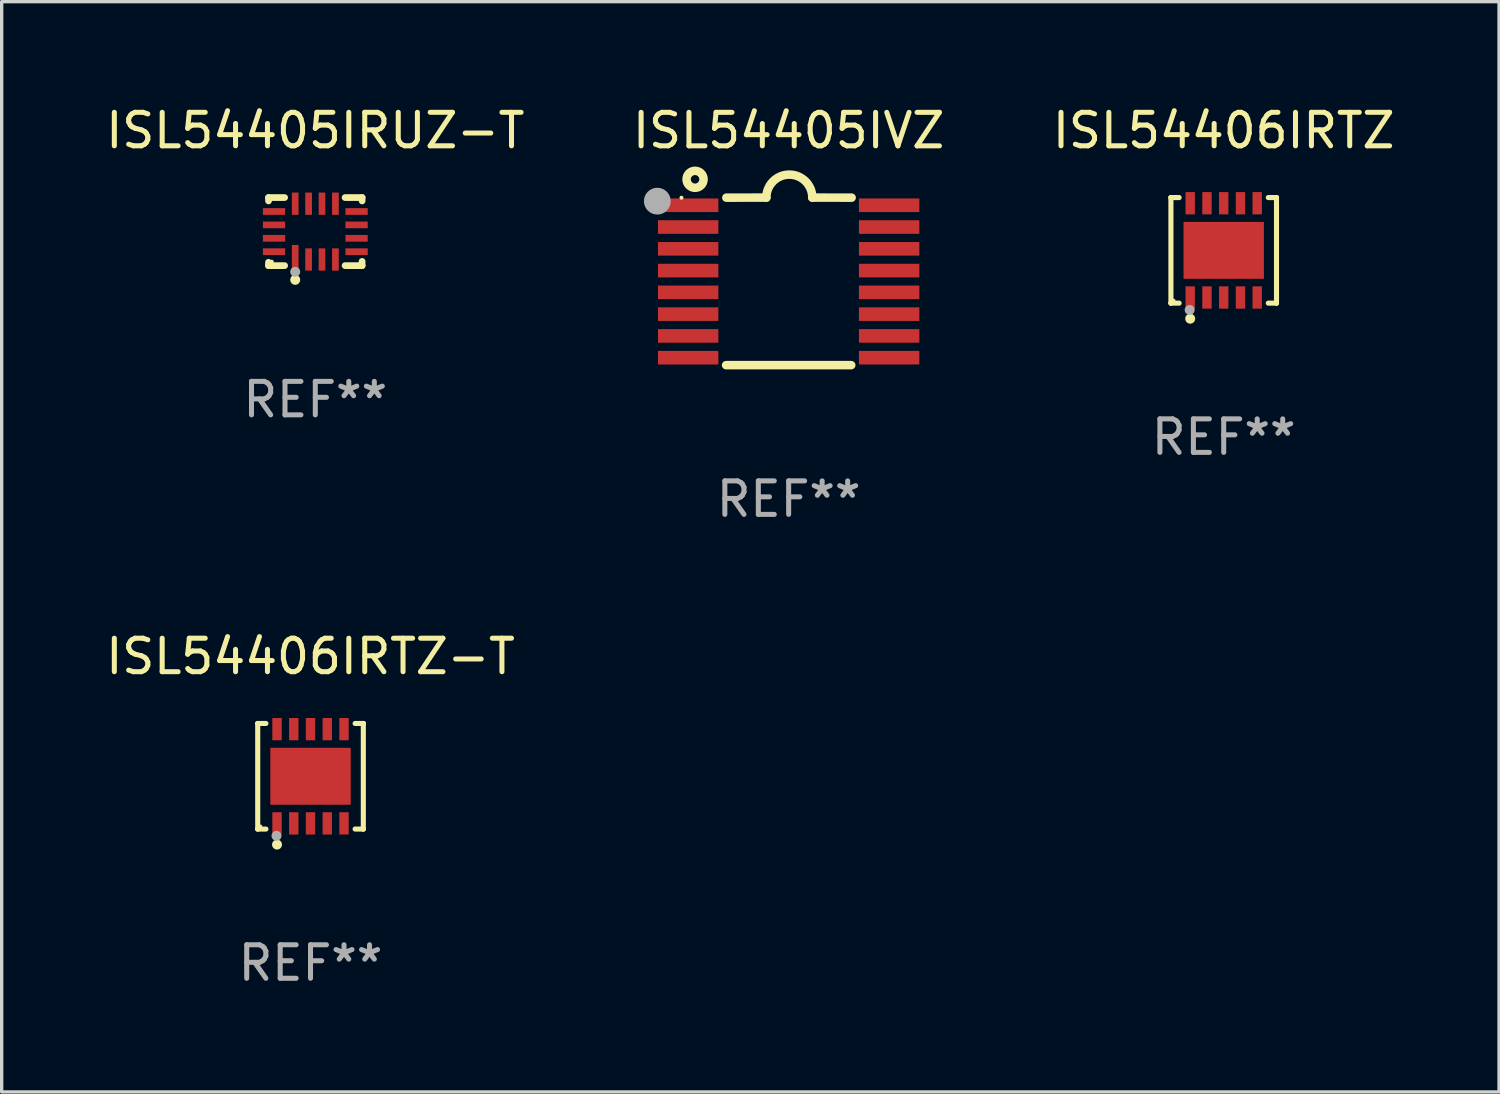
<source format=kicad_pcb>
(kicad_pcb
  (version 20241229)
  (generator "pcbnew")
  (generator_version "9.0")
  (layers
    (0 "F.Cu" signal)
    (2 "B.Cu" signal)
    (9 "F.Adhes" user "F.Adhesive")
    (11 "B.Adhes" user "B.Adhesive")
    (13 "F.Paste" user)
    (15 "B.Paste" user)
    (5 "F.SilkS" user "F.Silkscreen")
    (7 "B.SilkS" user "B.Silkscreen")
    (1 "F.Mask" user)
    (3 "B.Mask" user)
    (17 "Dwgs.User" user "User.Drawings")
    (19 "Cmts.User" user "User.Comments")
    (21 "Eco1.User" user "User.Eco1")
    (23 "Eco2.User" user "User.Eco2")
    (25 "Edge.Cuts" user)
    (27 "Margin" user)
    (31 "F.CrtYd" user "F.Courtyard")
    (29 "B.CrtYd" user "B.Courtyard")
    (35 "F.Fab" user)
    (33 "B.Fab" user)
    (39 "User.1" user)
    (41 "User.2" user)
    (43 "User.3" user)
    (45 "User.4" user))
  (footprint "ISL54405IVZ"
    (layer "F.Cu")
    (at 20.494 5.35)
    (property "Reference" "ISL54405IVZ" (at 0 -4.501 0) (layer "F.SilkS") (effects (font (size 1 1) (thickness 0.15))))
    (attr through_hole)
    (fp_line (start -1.868 2.501) (end 1.868 2.501) (stroke (width 0.254) (type solid)) (layer "F.SilkS"))
    (fp_line (start -1.86 -2.499) (end -0.666 -2.501) (stroke (width 0.254) (type solid)) (layer "F.SilkS"))
    (fp_line (start 0.706 -2.501) (end 1.88 -2.499) (stroke (width 0.254) (type solid)) (layer "F.SilkS"))
    (fp_arc (start -0.665914 -2.501448) (mid 0.019888 -3.18725) (end 0.70569 -2.501448) (stroke (width 0.254001) (type solid)) (layer "F.SilkS"))
    (fp_circle (center -3.2 -2.497) (end -3.17 -2.497) (stroke (width 0.06) (type solid)) (fill no) (layer "F.SilkS"))
    (fp_circle (center -2.794 -3.047) (end -2.54 -3.047) (stroke (width 0.254) (type solid)) (fill no) (layer "F.SilkS"))
    (fp_circle (center -3.921 -2.395) (end -3.721 -2.395) (stroke (width 0.4) (type solid)) (fill no) (layer "F.Fab"))
    (fp_text user "REF**" (at 0 6.501 0) (layer "F.Fab") (effects (font (size 1 1) (thickness 0.15))))
    (pad "1" smd rect (at -3 -2.272) (size 1.803 0.406) (layers "F.Cu" "F.Mask" "F.Paste"))
    (pad "2" smd rect (at -3 -1.622) (size 1.803 0.406) (layers "F.Cu" "F.Mask" "F.Paste"))
    (pad "3" smd rect (at -3 -0.972) (size 1.803 0.406) (layers "F.Cu" "F.Mask" "F.Paste"))
    (pad "4" smd rect (at -3 -0.322) (size 1.803 0.406) (layers "F.Cu" "F.Mask" "F.Paste"))
    (pad "5" smd rect (at -3 0.328) (size 1.803 0.406) (layers "F.Cu" "F.Mask" "F.Paste"))
    (pad "6" smd rect (at -3 0.978) (size 1.803 0.406) (layers "F.Cu" "F.Mask" "F.Paste"))
    (pad "7" smd rect (at -3 1.628) (size 1.803 0.406) (layers "F.Cu" "F.Mask" "F.Paste"))
    (pad "8" smd rect (at -3 2.278) (size 1.803 0.406) (layers "F.Cu" "F.Mask" "F.Paste"))
    (pad "9" smd rect (at 3 2.278) (size 1.803 0.406) (layers "F.Cu" "F.Mask" "F.Paste"))
    (pad "10" smd rect (at 3 1.628) (size 1.803 0.406) (layers "F.Cu" "F.Mask" "F.Paste"))
    (pad "11" smd rect (at 3 0.978) (size 1.803 0.406) (layers "F.Cu" "F.Mask" "F.Paste"))
    (pad "12" smd rect (at 3 0.328) (size 1.803 0.406) (layers "F.Cu" "F.Mask" "F.Paste"))
    (pad "13" smd rect (at 3 -0.322) (size 1.803 0.406) (layers "F.Cu" "F.Mask" "F.Paste"))
    (pad "14" smd rect (at 3 -0.972) (size 1.803 0.406) (layers "F.Cu" "F.Mask" "F.Paste"))
    (pad "15" smd rect (at 3 -1.622) (size 1.803 0.406) (layers "F.Cu" "F.Mask" "F.Paste"))
    (pad "16" smd rect (at 3 -2.272) (size 1.803 0.406) (layers "F.Cu" "F.Mask" "F.Paste")))
  (footprint "ISL54405IRUZ-T"
    (layer "F.Cu")
    (at 6.363 3.864)
    (property "Reference" "ISL54405IRUZ-T" (at 0 -3.016 0) (layer "F.SilkS") (effects (font (size 1 1) (thickness 0.15))))
    (attr through_hole)
    (fp_line (start -1.397 -1.016) (end -1.397 -0.916) (stroke (width 0.2) (type solid)) (layer "F.SilkS"))
    (fp_line (start -1.397 0.916) (end -1.397 1.016) (stroke (width 0.2) (type solid)) (layer "F.SilkS"))
    (fp_line (start -1.397 1.016) (end -0.916 1.016) (stroke (width 0.2) (type solid)) (layer "F.SilkS"))
    (fp_line (start -0.916 -1.016) (end -1.397 -1.016) (stroke (width 0.2) (type solid)) (layer "F.SilkS"))
    (fp_line (start 0.889 -1.016) (end 1.397 -1.016) (stroke (width 0.2) (type solid)) (layer "F.SilkS"))
    (fp_line (start 1.397 -1.016) (end 1.397 -0.916) (stroke (width 0.2) (type solid)) (layer "F.SilkS"))
    (fp_line (start 1.397 0.889) (end 1.397 1.016) (stroke (width 0.2) (type solid)) (layer "F.SilkS"))
    (fp_line (start 1.397 1.016) (end 0.889 1.016) (stroke (width 0.2) (type solid)) (layer "F.SilkS"))
    (fp_circle (center -1.3 0.9) (end -1.27 0.9) (stroke (width 0.06) (type solid)) (fill no) (layer "F.SilkS"))
    (fp_circle (center -0.6 1.44) (end -0.525 1.44) (stroke (width 0.15) (type solid)) (fill no) (layer "F.SilkS"))
    (fp_circle (center -0.6 1.2) (end -0.525 1.2) (stroke (width 0.15) (type solid)) (fill no) (layer "F.Fab"))
    (fp_text user "REF**" (at 0 5.016 0) (layer "F.Fab") (effects (font (size 1 1) (thickness 0.15))))
    (pad "1" smd rect (at -0.6 0.782) (size 0.2 0.765) (layers "F.Cu" "F.Mask" "F.Paste"))
    (pad "2" smd rect (at -0.2 0.833) (size 0.2 0.665) (layers "F.Cu" "F.Mask" "F.Paste"))
    (pad "3" smd rect (at 0.2 0.833) (size 0.2 0.665) (layers "F.Cu" "F.Mask" "F.Paste"))
    (pad "4" smd rect (at 0.6 0.833) (size 0.2 0.665) (layers "F.Cu" "F.Mask" "F.Paste"))
    (pad "5" smd rect (at 1.232 0.6) (size 0.665 0.2) (layers "F.Cu" "F.Mask" "F.Paste"))
    (pad "6" smd rect (at 1.232 0.2) (size 0.665 0.2) (layers "F.Cu" "F.Mask" "F.Paste"))
    (pad "7" smd rect (at 1.232 -0.2) (size 0.665 0.2) (layers "F.Cu" "F.Mask" "F.Paste"))
    (pad "8" smd rect (at 1.232 -0.6) (size 0.665 0.2) (layers "F.Cu" "F.Mask" "F.Paste"))
    (pad "9" smd rect (at 0.6 -0.833) (size 0.2 0.665) (layers "F.Cu" "F.Mask" "F.Paste"))
    (pad "10" smd rect (at 0.2 -0.833) (size 0.2 0.665) (layers "F.Cu" "F.Mask" "F.Paste"))
    (pad "11" smd rect (at -0.2 -0.833) (size 0.2 0.665) (layers "F.Cu" "F.Mask" "F.Paste"))
    (pad "12" smd rect (at -0.6 -0.833) (size 0.2 0.665) (layers "F.Cu" "F.Mask" "F.Paste"))
    (pad "13" smd rect (at -1.232 -0.6) (size 0.665 0.2) (layers "F.Cu" "F.Mask" "F.Paste"))
    (pad "14" smd rect (at -1.232 -0.2) (size 0.665 0.2) (layers "F.Cu" "F.Mask" "F.Paste"))
    (pad "15" smd rect (at -1.232 0.2) (size 0.665 0.2) (layers "F.Cu" "F.Mask" "F.Paste"))
    (pad "16" smd rect (at -1.232 0.6) (size 0.665 0.2) (layers "F.Cu" "F.Mask" "F.Paste")))
  (footprint "ISL54406IRTZ-T"
    (layer "F.Cu")
    (at 6.22 20.124)
    (property "Reference" "ISL54406IRTZ-T" (at 0 -3.576 0) (layer "F.SilkS") (effects (font (size 1 1) (thickness 0.15))))
    (attr through_hole)
    (fp_line (start -1.576 -1.576) (end -1.576 -1.576) (stroke (width 0.152) (type solid)) (layer "F.SilkS"))
    (fp_line (start -1.576 -1.576) (end -1.331 -1.576) (stroke (width 0.152) (type solid)) (layer "F.SilkS"))
    (fp_line (start -1.576 1.576) (end -1.576 -1.576) (stroke (width 0.152) (type solid)) (layer "F.SilkS"))
    (fp_line (start -1.576 1.576) (end -1.576 1.576) (stroke (width 0.152) (type solid)) (layer "F.SilkS"))
    (fp_line (start -1.331 1.576) (end -1.576 1.576) (stroke (width 0.152) (type solid)) (layer "F.SilkS"))
    (fp_line (start 1.331 1.576) (end 1.576 1.576) (stroke (width 0.152) (type solid)) (layer "F.SilkS"))
    (fp_line (start 1.576 -1.576) (end 1.331 -1.576) (stroke (width 0.152) (type solid)) (layer "F.SilkS"))
    (fp_line (start 1.576 -1.576) (end 1.576 -1.576) (stroke (width 0.152) (type solid)) (layer "F.SilkS"))
    (fp_line (start 1.576 1.576) (end 1.576 -1.576) (stroke (width 0.152) (type solid)) (layer "F.SilkS"))
    (fp_line (start 1.576 1.576) (end 1.576 1.576) (stroke (width 0.152) (type solid)) (layer "F.SilkS"))
    (fp_circle (center -1.5 1.5) (end -1.47 1.5) (stroke (width 0.06) (type solid)) (fill no) (layer "F.SilkS"))
    (fp_circle (center -1 2.04) (end -0.925 2.04) (stroke (width 0.15) (type solid)) (fill no) (layer "F.SilkS"))
    (fp_circle (center -1.016 1.778) (end -0.941 1.778) (stroke (width 0.15) (type solid)) (fill no) (layer "F.Fab"))
    (fp_text user "REF**" (at 0 5.576 0) (layer "F.Fab") (effects (font (size 1 1) (thickness 0.15))))
    (pad "1" smd rect (at -1 1.407) (size 0.28 0.665) (layers "F.Cu" "F.Mask" "F.Paste"))
    (pad "2" smd rect (at -0.5 1.407) (size 0.28 0.665) (layers "F.Cu" "F.Mask" "F.Paste"))
    (pad "3" smd rect (at 0 1.407) (size 0.28 0.665) (layers "F.Cu" "F.Mask" "F.Paste"))
    (pad "4" smd rect (at 0.5 1.407) (size 0.28 0.665) (layers "F.Cu" "F.Mask" "F.Paste"))
    (pad "5" smd rect (at 1 1.407) (size 0.28 0.665) (layers "F.Cu" "F.Mask" "F.Paste"))
    (pad "6" smd rect (at 1 -1.407) (size 0.28 0.665) (layers "F.Cu" "F.Mask" "F.Paste"))
    (pad "7" smd rect (at 0.5 -1.407) (size 0.28 0.665) (layers "F.Cu" "F.Mask" "F.Paste"))
    (pad "8" smd rect (at 0 -1.407) (size 0.28 0.665) (layers "F.Cu" "F.Mask" "F.Paste"))
    (pad "9" smd rect (at -0.5 -1.407) (size 0.28 0.665) (layers "F.Cu" "F.Mask" "F.Paste"))
    (pad "10" smd rect (at -1 -1.407) (size 0.28 0.665) (layers "F.Cu" "F.Mask" "F.Paste"))
    (pad "11" smd rect (at 0 0) (size 2.4 1.7) (layers "F.Cu" "F.Mask" "F.Paste")))
  (footprint "ISL54406IRTZ"
    (layer "F.Cu")
    (at 33.482 4.424)
    (property "Reference" "ISL54406IRTZ" (at 0 -3.576 0) (layer "F.SilkS") (effects (font (size 1 1) (thickness 0.15))))
    (attr through_hole)
    (fp_line (start -1.576 -1.576) (end -1.576 -1.576) (stroke (width 0.152) (type solid)) (layer "F.SilkS"))
    (fp_line (start -1.576 -1.576) (end -1.331 -1.576) (stroke (width 0.152) (type solid)) (layer "F.SilkS"))
    (fp_line (start -1.576 1.576) (end -1.576 -1.576) (stroke (width 0.152) (type solid)) (layer "F.SilkS"))
    (fp_line (start -1.576 1.576) (end -1.576 1.576) (stroke (width 0.152) (type solid)) (layer "F.SilkS"))
    (fp_line (start -1.331 1.576) (end -1.576 1.576) (stroke (width 0.152) (type solid)) (layer "F.SilkS"))
    (fp_line (start 1.331 1.576) (end 1.576 1.576) (stroke (width 0.152) (type solid)) (layer "F.SilkS"))
    (fp_line (start 1.576 -1.576) (end 1.331 -1.576) (stroke (width 0.152) (type solid)) (layer "F.SilkS"))
    (fp_line (start 1.576 -1.576) (end 1.576 -1.576) (stroke (width 0.152) (type solid)) (layer "F.SilkS"))
    (fp_line (start 1.576 1.576) (end 1.576 -1.576) (stroke (width 0.152) (type solid)) (layer "F.SilkS"))
    (fp_line (start 1.576 1.576) (end 1.576 1.576) (stroke (width 0.152) (type solid)) (layer "F.SilkS"))
    (fp_circle (center -1.5 1.5) (end -1.47 1.5) (stroke (width 0.06) (type solid)) (fill no) (layer "F.SilkS"))
    (fp_circle (center -1 2.04) (end -0.925 2.04) (stroke (width 0.15) (type solid)) (fill no) (layer "F.SilkS"))
    (fp_circle (center -1.016 1.778) (end -0.941 1.778) (stroke (width 0.15) (type solid)) (fill no) (layer "F.Fab"))
    (fp_text user "REF**" (at 0 5.576 0) (layer "F.Fab") (effects (font (size 1 1) (thickness 0.15))))
    (pad "1" smd rect (at -1 1.407) (size 0.28 0.665) (layers "F.Cu" "F.Mask" "F.Paste"))
    (pad "2" smd rect (at -0.5 1.407) (size 0.28 0.665) (layers "F.Cu" "F.Mask" "F.Paste"))
    (pad "3" smd rect (at 0 1.407) (size 0.28 0.665) (layers "F.Cu" "F.Mask" "F.Paste"))
    (pad "4" smd rect (at 0.5 1.407) (size 0.28 0.665) (layers "F.Cu" "F.Mask" "F.Paste"))
    (pad "5" smd rect (at 1 1.407) (size 0.28 0.665) (layers "F.Cu" "F.Mask" "F.Paste"))
    (pad "6" smd rect (at 1 -1.407) (size 0.28 0.665) (layers "F.Cu" "F.Mask" "F.Paste"))
    (pad "7" smd rect (at 0.5 -1.407) (size 0.28 0.665) (layers "F.Cu" "F.Mask" "F.Paste"))
    (pad "8" smd rect (at 0 -1.407) (size 0.28 0.665) (layers "F.Cu" "F.Mask" "F.Paste"))
    (pad "9" smd rect (at -0.5 -1.407) (size 0.28 0.665) (layers "F.Cu" "F.Mask" "F.Paste"))
    (pad "10" smd rect (at -1 -1.407) (size 0.28 0.665) (layers "F.Cu" "F.Mask" "F.Paste"))
    (pad "11" smd rect (at 0 0) (size 2.4 1.7) (layers "F.Cu" "F.Mask" "F.Paste")))
  (gr_rect
    (start -3 -3)
    (end 41.702 29.548)
    (stroke (width 0.1) (type default))
    (fill no)
    (layer "Edge.Cuts")))
</source>
